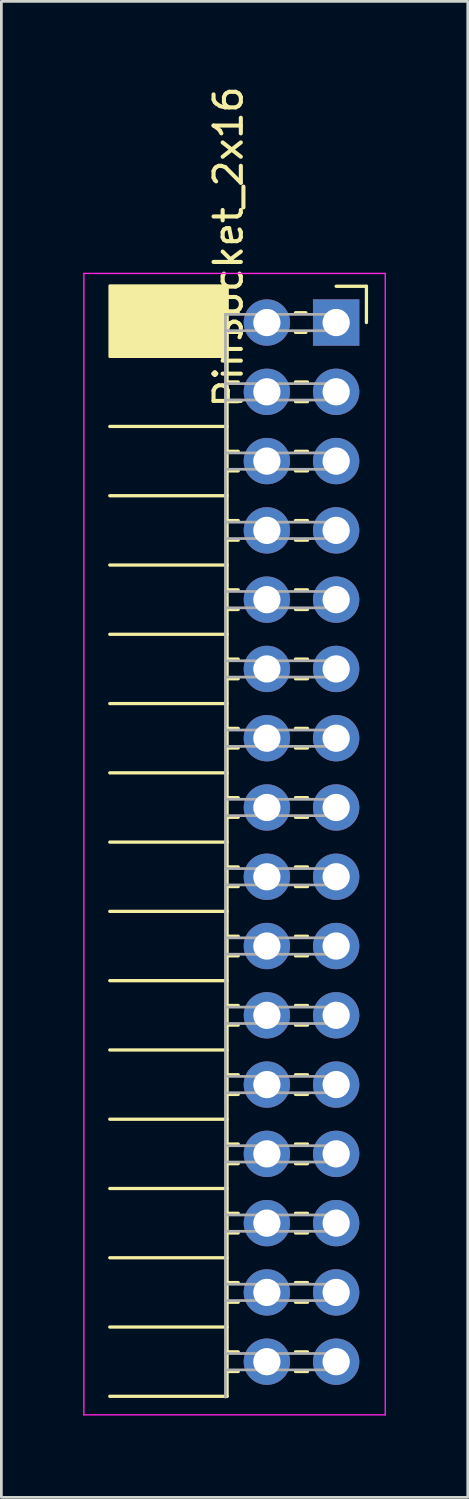
<source format=kicad_pcb>
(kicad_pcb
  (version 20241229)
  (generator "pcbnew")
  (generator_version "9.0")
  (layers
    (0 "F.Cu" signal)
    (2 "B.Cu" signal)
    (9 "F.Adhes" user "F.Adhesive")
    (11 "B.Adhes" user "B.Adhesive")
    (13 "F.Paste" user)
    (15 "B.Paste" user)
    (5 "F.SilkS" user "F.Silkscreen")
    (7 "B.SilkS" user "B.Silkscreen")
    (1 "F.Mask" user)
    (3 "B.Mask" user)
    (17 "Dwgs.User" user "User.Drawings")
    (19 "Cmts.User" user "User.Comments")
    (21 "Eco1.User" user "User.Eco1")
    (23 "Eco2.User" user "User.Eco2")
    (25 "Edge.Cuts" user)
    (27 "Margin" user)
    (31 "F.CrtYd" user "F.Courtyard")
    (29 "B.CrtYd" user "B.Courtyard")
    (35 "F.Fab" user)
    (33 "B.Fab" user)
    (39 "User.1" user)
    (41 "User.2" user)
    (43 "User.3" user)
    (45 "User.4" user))
  (footprint "PinSocket_2x16"
    (layer "F.Cu")
    (at 9.275 8.776)
    (property "Reference" "PinSocket_2x16" (at -3.95 -2.77 90) (layer "F.SilkS") (effects (font (size 1 1) (thickness 0.15))))
    (attr through_hole)
    (fp_line (start -8.3 3.81) (end -4 3.81) (stroke (width 0.12) (type solid)) (layer "F.SilkS"))
    (fp_line (start -8.3 6.35) (end -4 6.35) (stroke (width 0.12) (type solid)) (layer "F.SilkS"))
    (fp_line (start -8.3 8.89) (end -4 8.89) (stroke (width 0.12) (type solid)) (layer "F.SilkS"))
    (fp_line (start -8.3 11.43) (end -4 11.43) (stroke (width 0.12) (type solid)) (layer "F.SilkS"))
    (fp_line (start -8.3 13.97) (end -4 13.97) (stroke (width 0.12) (type solid)) (layer "F.SilkS"))
    (fp_line (start -8.3 16.51) (end -4 16.51) (stroke (width 0.12) (type solid)) (layer "F.SilkS"))
    (fp_line (start -8.3 19.05) (end -4 19.05) (stroke (width 0.12) (type solid)) (layer "F.SilkS"))
    (fp_line (start -8.3 21.59) (end -4 21.59) (stroke (width 0.12) (type solid)) (layer "F.SilkS"))
    (fp_line (start -8.3 24.13) (end -4 24.13) (stroke (width 0.12) (type solid)) (layer "F.SilkS"))
    (fp_line (start -8.3 26.67) (end -4 26.67) (stroke (width 0.12) (type solid)) (layer "F.SilkS"))
    (fp_line (start -8.3 29.21) (end -4 29.21) (stroke (width 0.12) (type solid)) (layer "F.SilkS"))
    (fp_line (start -8.3 31.75) (end -4 31.75) (stroke (width 0.12) (type solid)) (layer "F.SilkS"))
    (fp_line (start -8.3 34.29) (end -4 34.29) (stroke (width 0.12) (type solid)) (layer "F.SilkS"))
    (fp_line (start -8.3 36.83) (end -4 36.83) (stroke (width 0.12) (type solid)) (layer "F.SilkS"))
    (fp_line (start -8.3 39.37) (end -4 39.37) (stroke (width 0.12) (type solid)) (layer "F.SilkS"))
    (fp_line (start -4 -1.33) (end -4 39.37) (stroke (width 0.12) (type solid)) (layer "F.SilkS"))
    (fp_line (start -4 -0.36) (end -3.59 -0.36) (stroke (width 0.12) (type solid)) (layer "F.SilkS"))
    (fp_line (start -4 0.36) (end -3.59 0.36) (stroke (width 0.12) (type solid)) (layer "F.SilkS"))
    (fp_line (start -4 2.18) (end -3.59 2.18) (stroke (width 0.12) (type solid)) (layer "F.SilkS"))
    (fp_line (start -4 2.9) (end -3.59 2.9) (stroke (width 0.12) (type solid)) (layer "F.SilkS"))
    (fp_line (start -4 4.72) (end -3.59 4.72) (stroke (width 0.12) (type solid)) (layer "F.SilkS"))
    (fp_line (start -4 5.44) (end -3.59 5.44) (stroke (width 0.12) (type solid)) (layer "F.SilkS"))
    (fp_line (start -4 7.26) (end -3.59 7.26) (stroke (width 0.12) (type solid)) (layer "F.SilkS"))
    (fp_line (start -4 7.98) (end -3.59 7.98) (stroke (width 0.12) (type solid)) (layer "F.SilkS"))
    (fp_line (start -4 9.8) (end -3.59 9.8) (stroke (width 0.12) (type solid)) (layer "F.SilkS"))
    (fp_line (start -4 10.52) (end -3.59 10.52) (stroke (width 0.12) (type solid)) (layer "F.SilkS"))
    (fp_line (start -4 12.34) (end -3.59 12.34) (stroke (width 0.12) (type solid)) (layer "F.SilkS"))
    (fp_line (start -4 13.06) (end -3.59 13.06) (stroke (width 0.12) (type solid)) (layer "F.SilkS"))
    (fp_line (start -4 14.88) (end -3.59 14.88) (stroke (width 0.12) (type solid)) (layer "F.SilkS"))
    (fp_line (start -4 15.6) (end -3.59 15.6) (stroke (width 0.12) (type solid)) (layer "F.SilkS"))
    (fp_line (start -4 17.42) (end -3.59 17.42) (stroke (width 0.12) (type solid)) (layer "F.SilkS"))
    (fp_line (start -4 18.14) (end -3.59 18.14) (stroke (width 0.12) (type solid)) (layer "F.SilkS"))
    (fp_line (start -4 19.96) (end -3.59 19.96) (stroke (width 0.12) (type solid)) (layer "F.SilkS"))
    (fp_line (start -4 20.68) (end -3.59 20.68) (stroke (width 0.12) (type solid)) (layer "F.SilkS"))
    (fp_line (start -4 22.5) (end -3.59 22.5) (stroke (width 0.12) (type solid)) (layer "F.SilkS"))
    (fp_line (start -4 23.22) (end -3.59 23.22) (stroke (width 0.12) (type solid)) (layer "F.SilkS"))
    (fp_line (start -4 25.04) (end -3.59 25.04) (stroke (width 0.12) (type solid)) (layer "F.SilkS"))
    (fp_line (start -4 25.76) (end -3.59 25.76) (stroke (width 0.12) (type solid)) (layer "F.SilkS"))
    (fp_line (start -4 27.58) (end -3.59 27.58) (stroke (width 0.12) (type solid)) (layer "F.SilkS"))
    (fp_line (start -4 28.3) (end -3.59 28.3) (stroke (width 0.12) (type solid)) (layer "F.SilkS"))
    (fp_line (start -4 30.12) (end -3.59 30.12) (stroke (width 0.12) (type solid)) (layer "F.SilkS"))
    (fp_line (start -4 30.84) (end -3.59 30.84) (stroke (width 0.12) (type solid)) (layer "F.SilkS"))
    (fp_line (start -4 32.66) (end -3.59 32.66) (stroke (width 0.12) (type solid)) (layer "F.SilkS"))
    (fp_line (start -4 33.38) (end -3.59 33.38) (stroke (width 0.12) (type solid)) (layer "F.SilkS"))
    (fp_line (start -4 35.2) (end -3.59 35.2) (stroke (width 0.12) (type solid)) (layer "F.SilkS"))
    (fp_line (start -4 35.92) (end -3.59 35.92) (stroke (width 0.12) (type solid)) (layer "F.SilkS"))
    (fp_line (start -4 37.74) (end -3.59 37.74) (stroke (width 0.12) (type solid)) (layer "F.SilkS"))
    (fp_line (start -4 38.46) (end -3.59 38.46) (stroke (width 0.12) (type solid)) (layer "F.SilkS"))
    (fp_line (start -1.49 -0.36) (end -1.11 -0.36) (stroke (width 0.12) (type solid)) (layer "F.SilkS"))
    (fp_line (start -1.49 0.36) (end -1.11 0.36) (stroke (width 0.12) (type solid)) (layer "F.SilkS"))
    (fp_line (start -1.49 2.18) (end -1.05 2.18) (stroke (width 0.12) (type solid)) (layer "F.SilkS"))
    (fp_line (start -1.49 2.9) (end -1.05 2.9) (stroke (width 0.12) (type solid)) (layer "F.SilkS"))
    (fp_line (start -1.49 4.72) (end -1.05 4.72) (stroke (width 0.12) (type solid)) (layer "F.SilkS"))
    (fp_line (start -1.49 5.44) (end -1.05 5.44) (stroke (width 0.12) (type solid)) (layer "F.SilkS"))
    (fp_line (start -1.49 7.26) (end -1.05 7.26) (stroke (width 0.12) (type solid)) (layer "F.SilkS"))
    (fp_line (start -1.49 7.98) (end -1.05 7.98) (stroke (width 0.12) (type solid)) (layer "F.SilkS"))
    (fp_line (start -1.49 9.8) (end -1.05 9.8) (stroke (width 0.12) (type solid)) (layer "F.SilkS"))
    (fp_line (start -1.49 10.52) (end -1.05 10.52) (stroke (width 0.12) (type solid)) (layer "F.SilkS"))
    (fp_line (start -1.49 12.34) (end -1.05 12.34) (stroke (width 0.12) (type solid)) (layer "F.SilkS"))
    (fp_line (start -1.49 13.06) (end -1.05 13.06) (stroke (width 0.12) (type solid)) (layer "F.SilkS"))
    (fp_line (start -1.49 14.88) (end -1.05 14.88) (stroke (width 0.12) (type solid)) (layer "F.SilkS"))
    (fp_line (start -1.49 15.6) (end -1.05 15.6) (stroke (width 0.12) (type solid)) (layer "F.SilkS"))
    (fp_line (start -1.49 17.42) (end -1.05 17.42) (stroke (width 0.12) (type solid)) (layer "F.SilkS"))
    (fp_line (start -1.49 18.14) (end -1.05 18.14) (stroke (width 0.12) (type solid)) (layer "F.SilkS"))
    (fp_line (start -1.49 19.96) (end -1.05 19.96) (stroke (width 0.12) (type solid)) (layer "F.SilkS"))
    (fp_line (start -1.49 20.68) (end -1.05 20.68) (stroke (width 0.12) (type solid)) (layer "F.SilkS"))
    (fp_line (start -1.49 22.5) (end -1.05 22.5) (stroke (width 0.12) (type solid)) (layer "F.SilkS"))
    (fp_line (start -1.49 23.22) (end -1.05 23.22) (stroke (width 0.12) (type solid)) (layer "F.SilkS"))
    (fp_line (start -1.49 25.04) (end -1.05 25.04) (stroke (width 0.12) (type solid)) (layer "F.SilkS"))
    (fp_line (start -1.49 25.76) (end -1.05 25.76) (stroke (width 0.12) (type solid)) (layer "F.SilkS"))
    (fp_line (start -1.49 27.58) (end -1.05 27.58) (stroke (width 0.12) (type solid)) (layer "F.SilkS"))
    (fp_line (start -1.49 28.3) (end -1.05 28.3) (stroke (width 0.12) (type solid)) (layer "F.SilkS"))
    (fp_line (start -1.49 30.12) (end -1.05 30.12) (stroke (width 0.12) (type solid)) (layer "F.SilkS"))
    (fp_line (start -1.49 30.84) (end -1.05 30.84) (stroke (width 0.12) (type solid)) (layer "F.SilkS"))
    (fp_line (start -1.49 32.66) (end -1.05 32.66) (stroke (width 0.12) (type solid)) (layer "F.SilkS"))
    (fp_line (start -1.49 33.38) (end -1.05 33.38) (stroke (width 0.12) (type solid)) (layer "F.SilkS"))
    (fp_line (start -1.49 35.2) (end -1.05 35.2) (stroke (width 0.12) (type solid)) (layer "F.SilkS"))
    (fp_line (start -1.49 35.92) (end -1.05 35.92) (stroke (width 0.12) (type solid)) (layer "F.SilkS"))
    (fp_line (start -1.49 37.74) (end -1.05 37.74) (stroke (width 0.12) (type solid)) (layer "F.SilkS"))
    (fp_line (start -1.49 38.46) (end -1.05 38.46) (stroke (width 0.12) (type solid)) (layer "F.SilkS"))
    (fp_line (start 0 -1.33) (end 1.11 -1.33) (stroke (width 0.12) (type solid)) (layer "F.SilkS"))
    (fp_line (start 1.11 -1.33) (end 1.11 0) (stroke (width 0.12) (type solid)) (layer "F.SilkS"))
    (fp_rect (start -8.3 -1.35) (end -4 1.25) (stroke (width 0.1) (type solid)) (fill yes) (layer "F.SilkS"))
    (fp_line (start -9.25 -1.8) (end -9.25 40.05) (stroke (width 0.05) (type solid)) (layer "F.CrtYd"))
    (fp_line (start -9.25 40.05) (end 1.8 40.05) (stroke (width 0.05) (type solid)) (layer "F.CrtYd"))
    (fp_line (start 1.8 -1.8) (end -9.25 -1.8) (stroke (width 0.05) (type solid)) (layer "F.CrtYd"))
    (fp_line (start 1.8 40.05) (end 1.8 -1.8) (stroke (width 0.05) (type solid)) (layer "F.CrtYd"))
    (fp_line (start -4.06 -0.3) (end -4.06 39.4) (stroke (width 0.1) (type solid)) (layer "F.Fab"))
    (fp_line (start -4.06 0.3) (end 0 0.3) (stroke (width 0.1) (type solid)) (layer "F.Fab"))
    (fp_line (start -4.06 2.84) (end 0 2.84) (stroke (width 0.1) (type solid)) (layer "F.Fab"))
    (fp_line (start -4.06 5.38) (end 0 5.38) (stroke (width 0.1) (type solid)) (layer "F.Fab"))
    (fp_line (start -4.06 7.92) (end 0 7.92) (stroke (width 0.1) (type solid)) (layer "F.Fab"))
    (fp_line (start -4.06 10.46) (end 0 10.46) (stroke (width 0.1) (type solid)) (layer "F.Fab"))
    (fp_line (start -4.06 13) (end 0 13) (stroke (width 0.1) (type solid)) (layer "F.Fab"))
    (fp_line (start -4.06 15.54) (end 0 15.54) (stroke (width 0.1) (type solid)) (layer "F.Fab"))
    (fp_line (start -4.06 18.08) (end 0 18.08) (stroke (width 0.1) (type solid)) (layer "F.Fab"))
    (fp_line (start -4.06 20.62) (end 0 20.62) (stroke (width 0.1) (type solid)) (layer "F.Fab"))
    (fp_line (start -4.06 23.16) (end 0 23.16) (stroke (width 0.1) (type solid)) (layer "F.Fab"))
    (fp_line (start -4.06 25.7) (end 0 25.7) (stroke (width 0.1) (type solid)) (layer "F.Fab"))
    (fp_line (start -4.06 28.24) (end 0 28.24) (stroke (width 0.1) (type solid)) (layer "F.Fab"))
    (fp_line (start -4.06 30.78) (end 0 30.78) (stroke (width 0.1) (type solid)) (layer "F.Fab"))
    (fp_line (start -4.06 33.32) (end 0 33.32) (stroke (width 0.1) (type solid)) (layer "F.Fab"))
    (fp_line (start -4.06 35.86) (end 0 35.86) (stroke (width 0.1) (type solid)) (layer "F.Fab"))
    (fp_line (start -4.06 38.4) (end 0 38.4) (stroke (width 0.1) (type solid)) (layer "F.Fab"))
    (fp_line (start 0 -0.3) (end -4.06 -0.3) (stroke (width 0.1) (type solid)) (layer "F.Fab"))
    (fp_line (start 0 0.3) (end 0 -0.3) (stroke (width 0.1) (type solid)) (layer "F.Fab"))
    (fp_line (start 0 2.24) (end -4.06 2.24) (stroke (width 0.1) (type solid)) (layer "F.Fab"))
    (fp_line (start 0 2.84) (end 0 2.24) (stroke (width 0.1) (type solid)) (layer "F.Fab"))
    (fp_line (start 0 4.78) (end -4.06 4.78) (stroke (width 0.1) (type solid)) (layer "F.Fab"))
    (fp_line (start 0 5.38) (end 0 4.78) (stroke (width 0.1) (type solid)) (layer "F.Fab"))
    (fp_line (start 0 7.32) (end -4.06 7.32) (stroke (width 0.1) (type solid)) (layer "F.Fab"))
    (fp_line (start 0 7.92) (end 0 7.32) (stroke (width 0.1) (type solid)) (layer "F.Fab"))
    (fp_line (start 0 9.86) (end -4.06 9.86) (stroke (width 0.1) (type solid)) (layer "F.Fab"))
    (fp_line (start 0 10.46) (end 0 9.86) (stroke (width 0.1) (type solid)) (layer "F.Fab"))
    (fp_line (start 0 12.4) (end -4.06 12.4) (stroke (width 0.1) (type solid)) (layer "F.Fab"))
    (fp_line (start 0 13) (end 0 12.4) (stroke (width 0.1) (type solid)) (layer "F.Fab"))
    (fp_line (start 0 14.94) (end -4.06 14.94) (stroke (width 0.1) (type solid)) (layer "F.Fab"))
    (fp_line (start 0 15.54) (end 0 14.94) (stroke (width 0.1) (type solid)) (layer "F.Fab"))
    (fp_line (start 0 17.48) (end -4.06 17.48) (stroke (width 0.1) (type solid)) (layer "F.Fab"))
    (fp_line (start 0 18.08) (end 0 17.48) (stroke (width 0.1) (type solid)) (layer "F.Fab"))
    (fp_line (start 0 20.02) (end -4.06 20.02) (stroke (width 0.1) (type solid)) (layer "F.Fab"))
    (fp_line (start 0 20.62) (end 0 20.02) (stroke (width 0.1) (type solid)) (layer "F.Fab"))
    (fp_line (start 0 22.56) (end -4.06 22.56) (stroke (width 0.1) (type solid)) (layer "F.Fab"))
    (fp_line (start 0 23.16) (end 0 22.56) (stroke (width 0.1) (type solid)) (layer "F.Fab"))
    (fp_line (start 0 25.1) (end -4.06 25.1) (stroke (width 0.1) (type solid)) (layer "F.Fab"))
    (fp_line (start 0 25.7) (end 0 25.1) (stroke (width 0.1) (type solid)) (layer "F.Fab"))
    (fp_line (start 0 27.64) (end -4.06 27.64) (stroke (width 0.1) (type solid)) (layer "F.Fab"))
    (fp_line (start 0 28.24) (end 0 27.64) (stroke (width 0.1) (type solid)) (layer "F.Fab"))
    (fp_line (start 0 30.18) (end -4.06 30.18) (stroke (width 0.1) (type solid)) (layer "F.Fab"))
    (fp_line (start 0 30.78) (end 0 30.18) (stroke (width 0.1) (type solid)) (layer "F.Fab"))
    (fp_line (start 0 32.72) (end -4.06 32.72) (stroke (width 0.1) (type solid)) (layer "F.Fab"))
    (fp_line (start 0 33.32) (end 0 32.72) (stroke (width 0.1) (type solid)) (layer "F.Fab"))
    (fp_line (start 0 35.26) (end -4.06 35.26) (stroke (width 0.1) (type solid)) (layer "F.Fab"))
    (fp_line (start 0 35.86) (end 0 35.26) (stroke (width 0.1) (type solid)) (layer "F.Fab"))
    (fp_line (start 0 37.8) (end -4.06 37.8) (stroke (width 0.1) (type solid)) (layer "F.Fab"))
    (fp_line (start 0 38.4) (end 0 37.8) (stroke (width 0.1) (type solid)) (layer "F.Fab"))
    (pad "1" thru_hole rect (at 0 0) (size 1.7 1.7) (drill 1) (layers "*.Cu" "*.Mask"))
    (pad "2" thru_hole oval (at -2.54 0) (size 1.7 1.7) (drill 1) (layers "*.Cu" "*.Mask"))
    (pad "3" thru_hole oval (at 0 2.54) (size 1.7 1.7) (drill 1) (layers "*.Cu" "*.Mask"))
    (pad "4" thru_hole oval (at -2.54 2.54) (size 1.7 1.7) (drill 1) (layers "*.Cu" "*.Mask"))
    (pad "5" thru_hole oval (at 0 5.08) (size 1.7 1.7) (drill 1) (layers "*.Cu" "*.Mask"))
    (pad "6" thru_hole oval (at -2.54 5.08) (size 1.7 1.7) (drill 1) (layers "*.Cu" "*.Mask"))
    (pad "7" thru_hole oval (at 0 7.62) (size 1.7 1.7) (drill 1) (layers "*.Cu" "*.Mask"))
    (pad "8" thru_hole oval (at -2.54 7.62) (size 1.7 1.7) (drill 1) (layers "*.Cu" "*.Mask"))
    (pad "9" thru_hole oval (at 0 10.16) (size 1.7 1.7) (drill 1) (layers "*.Cu" "*.Mask"))
    (pad "10" thru_hole oval (at -2.54 10.16) (size 1.7 1.7) (drill 1) (layers "*.Cu" "*.Mask"))
    (pad "11" thru_hole oval (at 0 12.7) (size 1.7 1.7) (drill 1) (layers "*.Cu" "*.Mask"))
    (pad "12" thru_hole oval (at -2.54 12.7) (size 1.7 1.7) (drill 1) (layers "*.Cu" "*.Mask"))
    (pad "13" thru_hole oval (at 0 15.24) (size 1.7 1.7) (drill 1) (layers "*.Cu" "*.Mask"))
    (pad "14" thru_hole oval (at -2.54 15.24) (size 1.7 1.7) (drill 1) (layers "*.Cu" "*.Mask"))
    (pad "15" thru_hole oval (at 0 17.78) (size 1.7 1.7) (drill 1) (layers "*.Cu" "*.Mask"))
    (pad "16" thru_hole oval (at -2.54 17.78) (size 1.7 1.7) (drill 1) (layers "*.Cu" "*.Mask"))
    (pad "17" thru_hole oval (at 0 20.32) (size 1.7 1.7) (drill 1) (layers "*.Cu" "*.Mask"))
    (pad "18" thru_hole oval (at -2.54 20.32) (size 1.7 1.7) (drill 1) (layers "*.Cu" "*.Mask"))
    (pad "19" thru_hole oval (at 0 22.86) (size 1.7 1.7) (drill 1) (layers "*.Cu" "*.Mask"))
    (pad "20" thru_hole oval (at -2.54 22.86) (size 1.7 1.7) (drill 1) (layers "*.Cu" "*.Mask"))
    (pad "21" thru_hole oval (at 0 25.4) (size 1.7 1.7) (drill 1) (layers "*.Cu" "*.Mask"))
    (pad "22" thru_hole oval (at -2.54 25.4) (size 1.7 1.7) (drill 1) (layers "*.Cu" "*.Mask"))
    (pad "23" thru_hole oval (at 0 27.94) (size 1.7 1.7) (drill 1) (layers "*.Cu" "*.Mask"))
    (pad "24" thru_hole oval (at -2.54 27.94) (size 1.7 1.7) (drill 1) (layers "*.Cu" "*.Mask"))
    (pad "25" thru_hole oval (at 0 30.48) (size 1.7 1.7) (drill 1) (layers "*.Cu" "*.Mask"))
    (pad "26" thru_hole oval (at -2.54 30.48) (size 1.7 1.7) (drill 1) (layers "*.Cu" "*.Mask"))
    (pad "27" thru_hole oval (at 0 33.02) (size 1.7 1.7) (drill 1) (layers "*.Cu" "*.Mask"))
    (pad "28" thru_hole oval (at -2.54 33.02) (size 1.7 1.7) (drill 1) (layers "*.Cu" "*.Mask"))
    (pad "29" thru_hole oval (at 0 35.56) (size 1.7 1.7) (drill 1) (layers "*.Cu" "*.Mask"))
    (pad "30" thru_hole oval (at -2.54 35.56) (size 1.7 1.7) (drill 1) (layers "*.Cu" "*.Mask"))
    (pad "31" thru_hole oval (at 0 38.1) (size 1.7 1.7) (drill 1) (layers "*.Cu" "*.Mask"))
    (pad "32" thru_hole oval (at -2.54 38.1) (size 1.7 1.7) (drill 1) (layers "*.Cu" "*.Mask")))
  (gr_rect
    (start -3 -3)
    (end 14.1 51.851)
    (stroke (width 0.1) (type default))
    (fill no)
    (layer "Edge.Cuts")))
</source>
